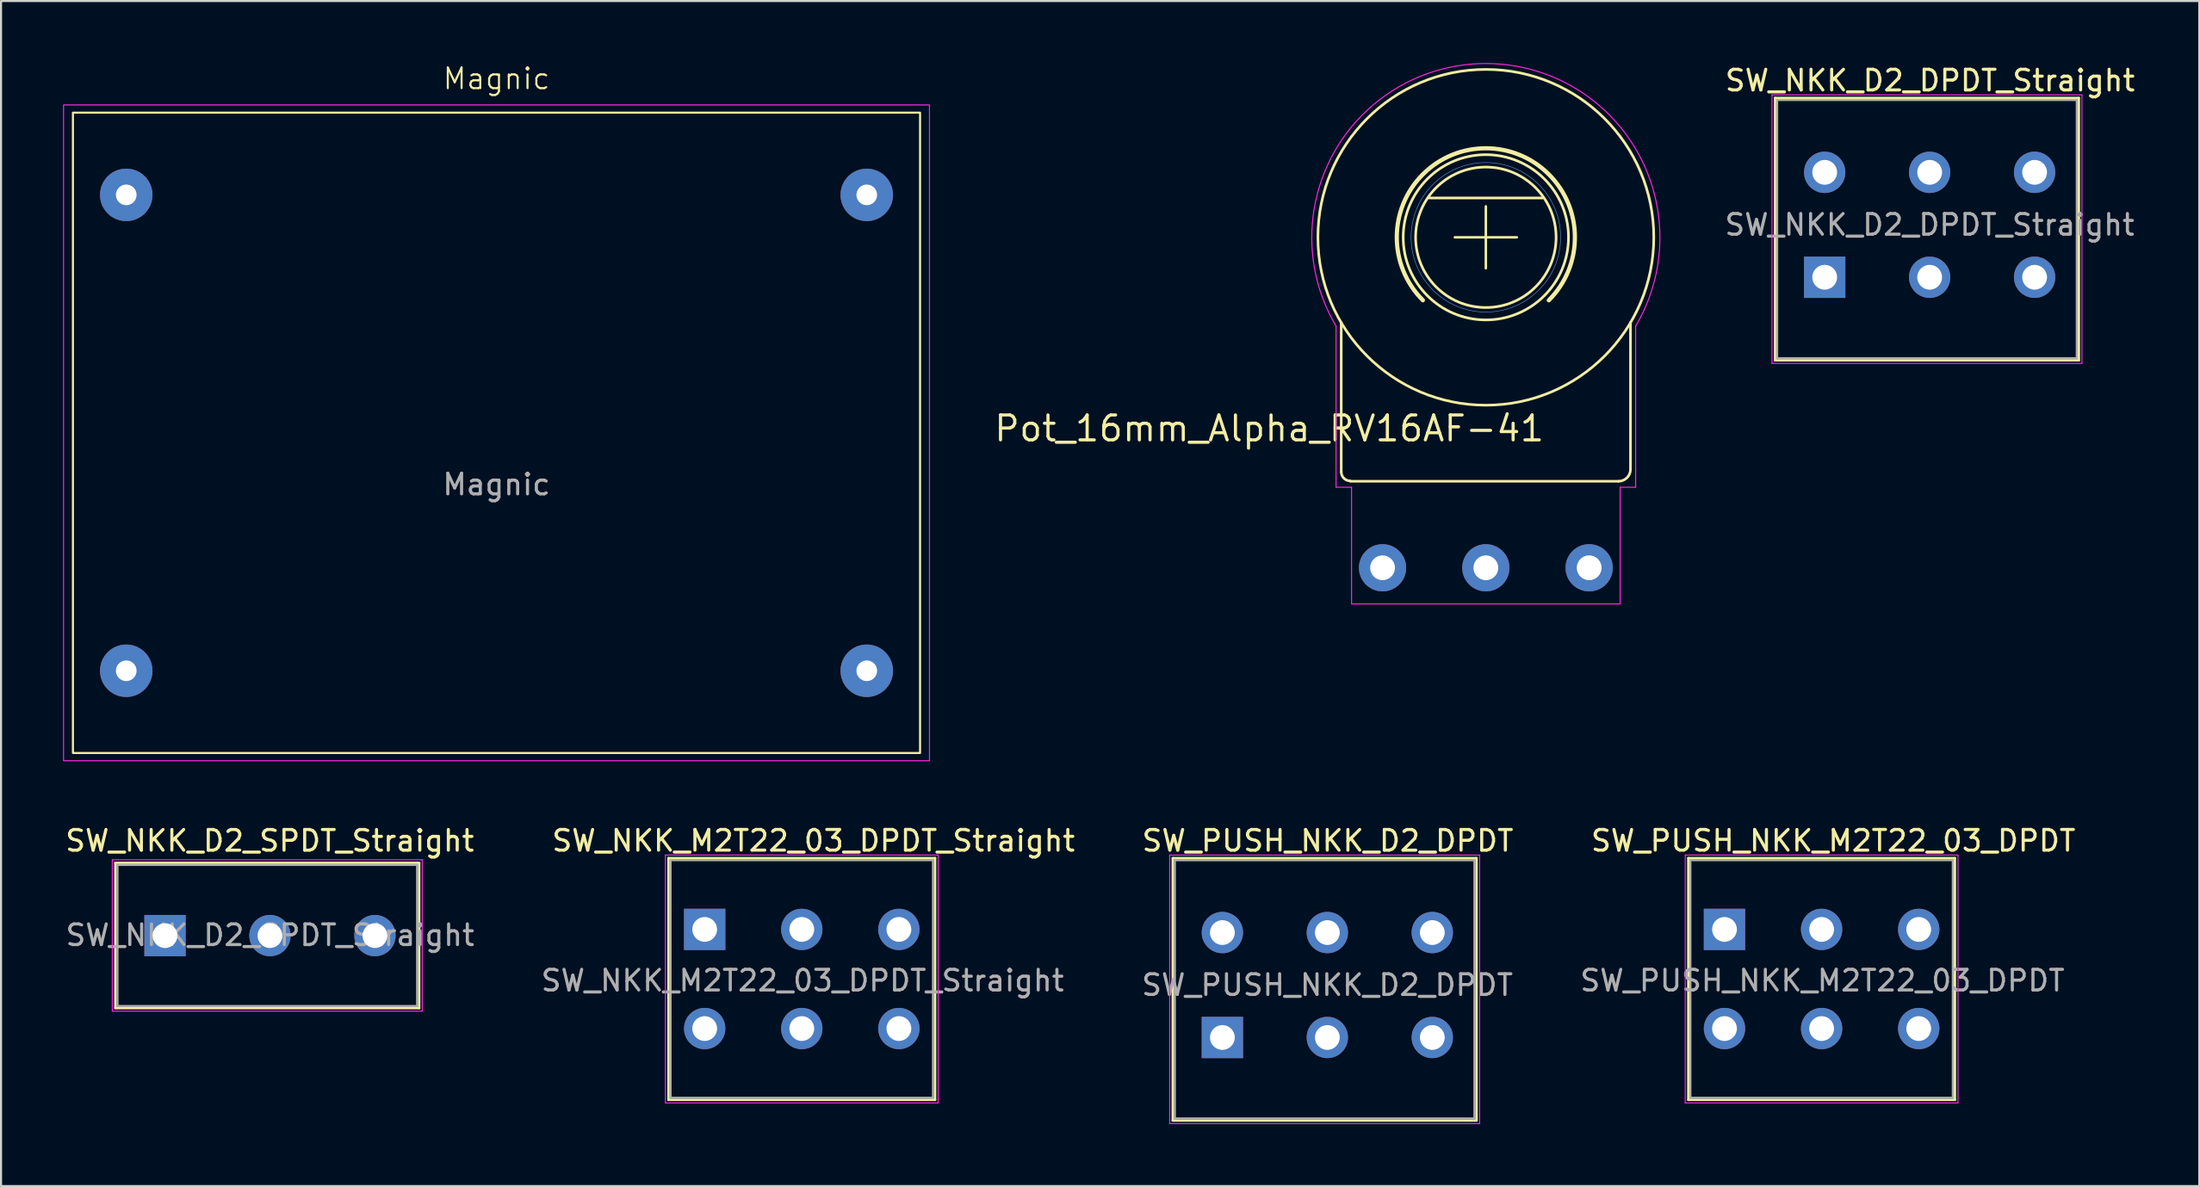
<source format=kicad_pcb>
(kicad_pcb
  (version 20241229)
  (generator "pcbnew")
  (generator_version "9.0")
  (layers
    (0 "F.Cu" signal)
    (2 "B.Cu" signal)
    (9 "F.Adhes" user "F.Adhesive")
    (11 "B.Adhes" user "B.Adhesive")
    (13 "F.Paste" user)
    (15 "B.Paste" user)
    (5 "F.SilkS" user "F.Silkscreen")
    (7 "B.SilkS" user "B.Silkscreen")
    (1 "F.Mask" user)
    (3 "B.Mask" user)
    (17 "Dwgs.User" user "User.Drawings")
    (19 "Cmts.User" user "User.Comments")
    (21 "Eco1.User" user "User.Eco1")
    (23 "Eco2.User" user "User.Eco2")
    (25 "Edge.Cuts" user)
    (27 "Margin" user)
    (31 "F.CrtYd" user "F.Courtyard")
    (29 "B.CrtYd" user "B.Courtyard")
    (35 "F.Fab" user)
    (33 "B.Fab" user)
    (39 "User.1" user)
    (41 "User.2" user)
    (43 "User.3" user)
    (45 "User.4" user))
  (footprint "Pot_16mm_Alpha_RV16AF-41"
    (layer "F.Cu")
    (at 68.863 8.439)
    (property "Reference" "Pot_16mm_Alpha_RV16AF-41" (at 2.913 8.551 0) (layer "F.SilkS") (effects (font (size 1.206 1.206) (thickness 0.152)) (justify right top)))
    (attr through_hole)
    (fp_line (start -7 4.127) (end -7 11.358) (stroke (width 0.127) (type solid)) (layer "F.SilkS"))
    (fp_line (start -6.562 11.811) (end 6.405 11.811) (stroke (width 0.127) (type solid)) (layer "F.SilkS"))
    (fp_line (start -2.738 -1.905) (end 2.738 -1.905) (stroke (width 0.127) (type solid)) (layer "F.SilkS"))
    (fp_line (start -1.5 0) (end 1.5 0) (stroke (width 0.12) (type solid)) (layer "F.SilkS"))
    (fp_line (start 0 1.5) (end 0 -1.5) (stroke (width 0.12) (type solid)) (layer "F.SilkS"))
    (fp_line (start 7 11.231) (end 7 4.127) (stroke (width 0.127) (type solid)) (layer "F.SilkS"))
    (fp_arc (start -6.561894 11.794163) (mid -6.870383 11.666382) (end -6.998163 11.357892) (stroke (width 0.127) (type solid)) (layer "F.SilkS"))
    (fp_arc (start -3.048 3.048) (mid 0 -4.310523) (end 3.048 3.048) (stroke (width 0.2032) (type solid)) (layer "F.SilkS"))
    (fp_arc (start 7 11.2309) (mid 6.830097 11.641094) (end 6.419906 11.811006) (stroke (width 0.127) (type solid)) (layer "F.SilkS"))
    (fp_circle (center 0 0) (end 3.4 0) (stroke (width 0.127) (type solid)) (fill no) (layer "F.SilkS"))
    (fp_circle (center 0 0) (end 4 0) (stroke (width 0.127) (type solid)) (fill no) (layer "F.SilkS"))
    (fp_circle (center 0 0) (end 8.128 0) (stroke (width 0.127) (type solid)) (fill no) (layer "F.SilkS"))
    (fp_circle (center 0 0) (end 3.619 0) (stroke (width 0.025) (type solid)) (fill no) (layer "Cmts.User"))
    (fp_line (start -7.25 4.3) (end -7.25 12.1) (stroke (width 0.05) (type solid)) (layer "F.CrtYd"))
    (fp_line (start -7.25 12.1) (end -6.5 12.1) (stroke (width 0.05) (type solid)) (layer "F.CrtYd"))
    (fp_line (start -6.5 12.1) (end -6.5 17.75) (stroke (width 0.05) (type solid)) (layer "F.CrtYd"))
    (fp_line (start 6.5 12.1) (end 7.25 12.1) (stroke (width 0.05) (type solid)) (layer "F.CrtYd"))
    (fp_line (start 6.5 17.75) (end -6.5 17.75) (stroke (width 0.05) (type solid)) (layer "F.CrtYd"))
    (fp_line (start 6.5 17.75) (end 6.5 12.1) (stroke (width 0.05) (type solid)) (layer "F.CrtYd"))
    (fp_line (start 7.25 4.3) (end 7.25 12.1) (stroke (width 0.05) (type solid)) (layer "F.CrtYd"))
    (fp_arc (start -7.249999 4.3) (mid 0 -8.414167) (end 7.249999 4.299999) (stroke (width 0.05) (type solid)) (layer "F.CrtYd"))
    (pad "1" thru_hole circle (at -5 16 90) (size 2.286 2.286) (drill 1.2) (layers "*.Cu" "*.Mask"))
    (pad "2" thru_hole circle (at 0 16 90) (size 2.286 2.286) (drill 1.2) (layers "*.Cu" "*.Mask"))
    (pad "3" thru_hole circle (at 5 16 90) (size 2.286 2.286) (drill 1.2) (layers "*.Cu" "*.Mask")))
  (footprint "SW_NKK_M2T22_03_DPDT_Straight"
    (layer "F.Cu")
    (at 31.055 41.947)
    (property "Reference" "SW_NKK_M2T22_03_DPDT_Straight" (at 5.267 -4.294 0) (layer "F.SilkS") (effects (font (size 1 1) (thickness 0.15))))
    (attr through_hole)
    (fp_line (start -1.75 -3.45) (end -1.75 8.25) (stroke (width 0.12) (type solid)) (layer "F.SilkS"))
    (fp_line (start -1.75 -3.45) (end 11.15 -3.45) (stroke (width 0.12) (type solid)) (layer "F.SilkS"))
    (fp_line (start 11.15 8.25) (end -1.75 8.25) (stroke (width 0.12) (type solid)) (layer "F.SilkS"))
    (fp_line (start 11.15 8.25) (end 11.15 -3.45) (stroke (width 0.12) (type solid)) (layer "F.SilkS"))
    (fp_line (start -1.9 -3.6) (end 11.3 -3.6) (stroke (width 0.05) (type solid)) (layer "F.CrtYd"))
    (fp_line (start -1.9 8.4) (end -1.9 -3.6) (stroke (width 0.05) (type solid)) (layer "F.CrtYd"))
    (fp_line (start 11.3 -3.6) (end 11.3 8.4) (stroke (width 0.05) (type solid)) (layer "F.CrtYd"))
    (fp_line (start 11.3 8.4) (end -1.9 8.4) (stroke (width 0.05) (type solid)) (layer "F.CrtYd"))
    (fp_line (start -1.65 -3.35) (end 11.05 -3.35) (stroke (width 0.1) (type solid)) (layer "F.Fab"))
    (fp_line (start -1.65 8.15) (end -1.65 -3.35) (stroke (width 0.1) (type solid)) (layer "F.Fab"))
    (fp_line (start 11.05 -3.35) (end 11.05 8.15) (stroke (width 0.1) (type solid)) (layer "F.Fab"))
    (fp_line (start 11.05 8.15) (end -1.65 8.15) (stroke (width 0.1) (type solid)) (layer "F.Fab"))
    (fp_text user "${REFERENCE}" (at 4.739 2.477 0) (layer "F.Fab") (effects (font (size 1 1) (thickness 0.15))))
    (pad "1" thru_hole rect (at 0 0) (size 2 2) (drill 1.2) (layers "*.Cu" "*.Mask"))
    (pad "2" thru_hole circle (at 4.7 0) (size 2 2) (drill 1.2) (layers "*.Cu" "*.Mask"))
    (pad "3" thru_hole circle (at 9.4 0) (size 2 2) (drill 1.2) (layers "*.Cu" "*.Mask"))
    (pad "4" thru_hole circle (at 0 4.8) (size 2 2) (drill 1.2) (layers "*.Cu" "*.Mask"))
    (pad "5" thru_hole circle (at 4.7 4.8) (size 2 2) (drill 1.2) (layers "*.Cu" "*.Mask"))
    (pad "6" thru_hole circle (at 9.4 4.8) (size 2 2) (drill 1.2) (layers "*.Cu" "*.Mask")))
  (footprint "SW_PUSH_NKK_D2_DPDT"
    (layer "F.Cu")
    (at 56.111 47.179)
    (property "Reference" "SW_PUSH_NKK_D2_DPDT" (at 5.1 -9.525 180) (layer "F.SilkS") (effects (font (size 1 1) (thickness 0.15))))
    (attr through_hole)
    (fp_line (start -2.4 -8.68) (end -2.4 4.02) (stroke (width 0.12) (type solid)) (layer "F.SilkS"))
    (fp_line (start -2.4 -8.68) (end 12.3 -8.68) (stroke (width 0.12) (type solid)) (layer "F.SilkS"))
    (fp_line (start 12.3 4.02) (end -2.4 4.02) (stroke (width 0.12) (type solid)) (layer "F.SilkS"))
    (fp_line (start 12.3 4.02) (end 12.3 -8.68) (stroke (width 0.12) (type solid)) (layer "F.SilkS"))
    (fp_line (start -2.55 -8.83) (end 12.45 -8.83) (stroke (width 0.05) (type solid)) (layer "F.CrtYd"))
    (fp_line (start -2.55 4.17) (end -2.55 -8.83) (stroke (width 0.05) (type solid)) (layer "F.CrtYd"))
    (fp_line (start 12.45 -8.83) (end 12.45 4.17) (stroke (width 0.05) (type solid)) (layer "F.CrtYd"))
    (fp_line (start 12.45 4.17) (end -2.55 4.17) (stroke (width 0.05) (type solid)) (layer "F.CrtYd"))
    (fp_line (start -2.3 -8.58) (end 12.2 -8.58) (stroke (width 0.1) (type solid)) (layer "F.Fab"))
    (fp_line (start -2.3 3.92) (end -2.3 -8.58) (stroke (width 0.1) (type solid)) (layer "F.Fab"))
    (fp_line (start 12.2 -8.58) (end 12.2 3.92) (stroke (width 0.1) (type solid)) (layer "F.Fab"))
    (fp_line (start 12.2 3.92) (end -2.3 3.92) (stroke (width 0.1) (type solid)) (layer "F.Fab"))
    (fp_text user "${REFERENCE}" (at 5.08 -2.54 180) (layer "F.Fab") (effects (font (size 1 1) (thickness 0.15))))
    (pad "1" thru_hole rect (at 0 0) (size 2 2) (drill 1.2) (layers "*.Cu" "*.Mask"))
    (pad "2" thru_hole circle (at 5.08 0) (size 2 2) (drill 1.2) (layers "*.Cu" "*.Mask"))
    (pad "3" thru_hole circle (at 10.16 0) (size 2 2) (drill 1.2) (layers "*.Cu" "*.Mask"))
    (pad "4" thru_hole circle (at 0 -5.08) (size 2 2) (drill 1.2) (layers "*.Cu" "*.Mask"))
    (pad "5" thru_hole circle (at 5.08 -5.08) (size 2 2) (drill 1.2) (layers "*.Cu" "*.Mask"))
    (pad "6" thru_hole circle (at 10.16 -5.08) (size 2 2) (drill 1.2) (layers "*.Cu" "*.Mask")))
  (footprint "SW_NKK_D2_SPDT_Straight"
    (layer "F.Cu")
    (at 10.006 42.226)
    (property "Reference" "SW_NKK_D2_SPDT_Straight" (at 0 -4.572 180) (layer "F.SilkS") (effects (font (size 1 1) (thickness 0.15))))
    (property "Value" "${VALUE}" (at 0 4.699 180) (layer "F.Fab") (hide yes) (effects (font (size 1 1) (thickness 0.15))))
    (attr through_hole)
    (fp_line (start -7.47 -3.5) (end -7.47 3.53) (stroke (width 0.12) (type solid)) (layer "F.SilkS"))
    (fp_line (start -7.47 -3.5) (end 7.23 -3.5) (stroke (width 0.12) (type solid)) (layer "F.SilkS"))
    (fp_line (start 7.23 3.53) (end -7.47 3.53) (stroke (width 0.12) (type solid)) (layer "F.SilkS"))
    (fp_line (start 7.23 3.53) (end 7.23 -3.5) (stroke (width 0.12) (type solid)) (layer "F.SilkS"))
    (fp_line (start -7.62 -3.65) (end 7.38 -3.65) (stroke (width 0.05) (type solid)) (layer "F.CrtYd"))
    (fp_line (start -7.62 3.68) (end -7.62 -3.65) (stroke (width 0.05) (type solid)) (layer "F.CrtYd"))
    (fp_line (start 7.38 -3.65) (end 7.38 3.68) (stroke (width 0.05) (type solid)) (layer "F.CrtYd"))
    (fp_line (start 7.38 3.68) (end -7.62 3.68) (stroke (width 0.05) (type solid)) (layer "F.CrtYd"))
    (fp_line (start -7.37 -3.4) (end 7.13 -3.4) (stroke (width 0.1) (type solid)) (layer "F.Fab"))
    (fp_line (start -7.37 3.43) (end -7.37 -3.4) (stroke (width 0.1) (type solid)) (layer "F.Fab"))
    (fp_line (start 7.13 -3.4) (end 7.13 3.43) (stroke (width 0.1) (type solid)) (layer "F.Fab"))
    (fp_line (start 7.13 3.43) (end -7.37 3.43) (stroke (width 0.1) (type solid)) (layer "F.Fab"))
    (fp_text user "${REFERENCE}" (at 0.014 0 180) (layer "F.Fab") (effects (font (size 1 1) (thickness 0.15))))
    (pad "1" thru_hole rect (at -5.07 0.021) (size 2 2) (drill 1.2) (layers "*.Cu" "*.Mask"))
    (pad "2" thru_hole circle (at 0.01 0.021) (size 2 2) (drill 1.2) (layers "*.Cu" "*.Mask"))
    (pad "3" thru_hole circle (at 5.09 0.021) (size 2 2) (drill 1.2) (layers "*.Cu" "*.Mask")))
  (footprint "SW_PUSH_NKK_M2T22_03_DPDT"
    (layer "F.Cu")
    (at 80.413 41.947)
    (property "Reference" "SW_PUSH_NKK_M2T22_03_DPDT" (at 5.267 -4.294 0) (layer "F.SilkS") (effects (font (size 1 1) (thickness 0.15))))
    (attr through_hole)
    (fp_line (start -1.75 -3.45) (end -1.75 8.25) (stroke (width 0.12) (type solid)) (layer "F.SilkS"))
    (fp_line (start -1.75 -3.45) (end 11.15 -3.45) (stroke (width 0.12) (type solid)) (layer "F.SilkS"))
    (fp_line (start 11.15 8.25) (end -1.75 8.25) (stroke (width 0.12) (type solid)) (layer "F.SilkS"))
    (fp_line (start 11.15 8.25) (end 11.15 -3.45) (stroke (width 0.12) (type solid)) (layer "F.SilkS"))
    (fp_line (start -1.9 -3.6) (end 11.3 -3.6) (stroke (width 0.05) (type solid)) (layer "F.CrtYd"))
    (fp_line (start -1.9 8.4) (end -1.9 -3.6) (stroke (width 0.05) (type solid)) (layer "F.CrtYd"))
    (fp_line (start 11.3 -3.6) (end 11.3 8.4) (stroke (width 0.05) (type solid)) (layer "F.CrtYd"))
    (fp_line (start 11.3 8.4) (end -1.9 8.4) (stroke (width 0.05) (type solid)) (layer "F.CrtYd"))
    (fp_line (start -1.65 -3.35) (end 11.05 -3.35) (stroke (width 0.1) (type solid)) (layer "F.Fab"))
    (fp_line (start -1.65 8.15) (end -1.65 -3.35) (stroke (width 0.1) (type solid)) (layer "F.Fab"))
    (fp_line (start 11.05 -3.35) (end 11.05 8.15) (stroke (width 0.1) (type solid)) (layer "F.Fab"))
    (fp_line (start 11.05 8.15) (end -1.65 8.15) (stroke (width 0.1) (type solid)) (layer "F.Fab"))
    (fp_text user "${REFERENCE}" (at 4.739 2.477 0) (layer "F.Fab") (effects (font (size 1 1) (thickness 0.15))))
    (pad "1" thru_hole rect (at 0 0) (size 2 2) (drill 1.2) (layers "*.Cu" "*.Mask"))
    (pad "2" thru_hole circle (at 4.7 0) (size 2 2) (drill 1.2) (layers "*.Cu" "*.Mask"))
    (pad "3" thru_hole circle (at 9.4 0) (size 2 2) (drill 1.2) (layers "*.Cu" "*.Mask"))
    (pad "4" thru_hole circle (at 0 4.8) (size 2 2) (drill 1.2) (layers "*.Cu" "*.Mask"))
    (pad "5" thru_hole circle (at 4.7 4.8) (size 2 2) (drill 1.2) (layers "*.Cu" "*.Mask"))
    (pad "6" thru_hole circle (at 9.4 4.8) (size 2 2) (drill 1.2) (layers "*.Cu" "*.Mask")))
  (footprint "SW_NKK_D2_DPDT_Straight"
    (layer "F.Cu")
    (at 90.35 7.689)
    (property "Reference" "SW_NKK_D2_DPDT_Straight" (at 0.012 -6.841 180) (layer "F.SilkS") (effects (font (size 1 1) (thickness 0.15))))
    (property "Value" "${VALUE}" (at 0 7.62 180) (layer "F.Fab") (hide yes) (effects (font (size 1 1) (thickness 0.15))))
    (attr through_hole)
    (fp_line (start -7.488 -5.996) (end -7.488 6.704) (stroke (width 0.12) (type solid)) (layer "F.SilkS"))
    (fp_line (start -7.488 -5.996) (end 7.212 -5.996) (stroke (width 0.12) (type solid)) (layer "F.SilkS"))
    (fp_line (start 7.212 6.704) (end -7.488 6.704) (stroke (width 0.12) (type solid)) (layer "F.SilkS"))
    (fp_line (start 7.212 6.704) (end 7.212 -5.996) (stroke (width 0.12) (type solid)) (layer "F.SilkS"))
    (fp_line (start -7.638 -6.146) (end 7.362 -6.146) (stroke (width 0.05) (type solid)) (layer "F.CrtYd"))
    (fp_line (start -7.638 6.854) (end -7.638 -6.146) (stroke (width 0.05) (type solid)) (layer "F.CrtYd"))
    (fp_line (start 7.362 -6.146) (end 7.362 6.854) (stroke (width 0.05) (type solid)) (layer "F.CrtYd"))
    (fp_line (start 7.362 6.854) (end -7.638 6.854) (stroke (width 0.05) (type solid)) (layer "F.CrtYd"))
    (fp_line (start -7.388 -5.896) (end 7.112 -5.896) (stroke (width 0.1) (type solid)) (layer "F.Fab"))
    (fp_line (start -7.388 6.604) (end -7.388 -5.896) (stroke (width 0.1) (type solid)) (layer "F.Fab"))
    (fp_line (start 7.112 -5.896) (end 7.112 6.604) (stroke (width 0.1) (type solid)) (layer "F.Fab"))
    (fp_line (start 7.112 6.604) (end -7.388 6.604) (stroke (width 0.1) (type solid)) (layer "F.Fab"))
    (fp_text user "${REFERENCE}" (at -0.008 0.144 180) (layer "F.Fab") (effects (font (size 1 1) (thickness 0.15))))
    (pad "1" thru_hole rect (at -5.088 2.684) (size 2 2) (drill 1.2) (layers "*.Cu" "*.Mask"))
    (pad "2" thru_hole circle (at -0.008 2.684) (size 2 2) (drill 1.2) (layers "*.Cu" "*.Mask"))
    (pad "3" thru_hole circle (at 5.072 2.684) (size 2 2) (drill 1.2) (layers "*.Cu" "*.Mask"))
    (pad "4" thru_hole circle (at -5.088 -2.396) (size 2 2) (drill 1.2) (layers "*.Cu" "*.Mask"))
    (pad "5" thru_hole circle (at -0.008 -2.396) (size 2 2) (drill 1.2) (layers "*.Cu" "*.Mask"))
    (pad "6" thru_hole circle (at 5.072 -2.396) (size 2 2) (drill 1.2) (layers "*.Cu" "*.Mask")))
  (footprint "Magnic"
    (layer "F.Cu")
    (at 20.98 17.905)
    (property "Reference" "Magnic" (at 0 -17.145 0) (unlocked yes) (layer "F.SilkS") (effects (font (size 1 1) (thickness 0.1))))
    (attr through_hole)
    (fp_rect (start -20.5 -15.5) (end 20.5 15.5) (stroke (width 0.1) (type solid)) (fill no) (layer "F.SilkS"))
    (fp_rect (start -20.955 -15.875) (end 20.955 15.875) (stroke (width 0.05) (type default)) (fill no) (layer "F.CrtYd"))
    (fp_text user "${REFERENCE}" (at 0 2.5 0) (unlocked yes) (layer "F.Fab") (effects (font (size 1 1) (thickness 0.15))))
    (pad "1" thru_hole circle (at -17.92 -11.52 90) (size 2.54 2.54) (drill 1) (layers "*.Cu" "*.Mask"))
    (pad "2" thru_hole circle (at -17.92 11.52 90) (size 2.54 2.54) (drill 1) (layers "*.Cu" "*.Mask"))
    (pad "3" thru_hole circle (at 17.92 -11.52 90) (size 2.54 2.54) (drill 1) (layers "*.Cu" "*.Mask"))
    (pad "4" thru_hole circle (at 17.92 11.52 90) (size 2.54 2.54) (drill 1) (layers "*.Cu" "*.Mask")))
  (gr_rect
    (start -3 -3)
    (end 103.392 54.374)
    (stroke (width 0.1) (type default))
    (fill no)
    (layer "Edge.Cuts")))
</source>
